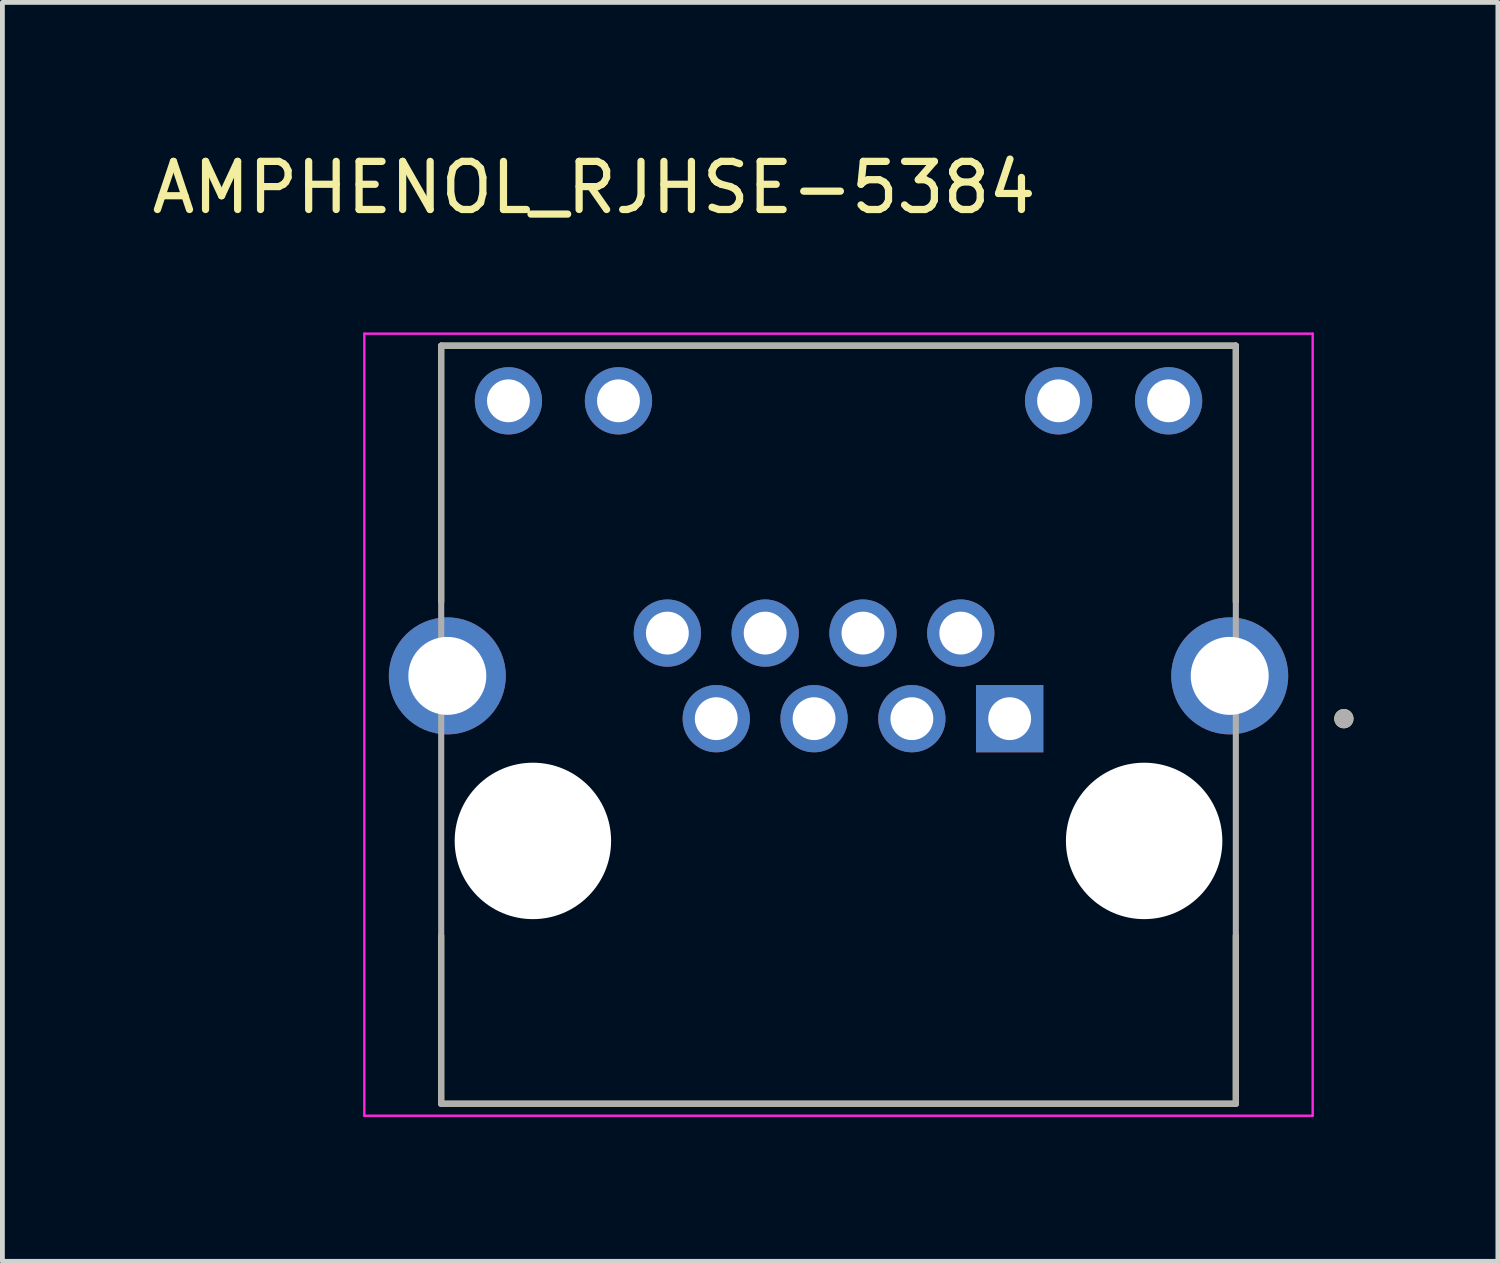
<source format=kicad_pcb>
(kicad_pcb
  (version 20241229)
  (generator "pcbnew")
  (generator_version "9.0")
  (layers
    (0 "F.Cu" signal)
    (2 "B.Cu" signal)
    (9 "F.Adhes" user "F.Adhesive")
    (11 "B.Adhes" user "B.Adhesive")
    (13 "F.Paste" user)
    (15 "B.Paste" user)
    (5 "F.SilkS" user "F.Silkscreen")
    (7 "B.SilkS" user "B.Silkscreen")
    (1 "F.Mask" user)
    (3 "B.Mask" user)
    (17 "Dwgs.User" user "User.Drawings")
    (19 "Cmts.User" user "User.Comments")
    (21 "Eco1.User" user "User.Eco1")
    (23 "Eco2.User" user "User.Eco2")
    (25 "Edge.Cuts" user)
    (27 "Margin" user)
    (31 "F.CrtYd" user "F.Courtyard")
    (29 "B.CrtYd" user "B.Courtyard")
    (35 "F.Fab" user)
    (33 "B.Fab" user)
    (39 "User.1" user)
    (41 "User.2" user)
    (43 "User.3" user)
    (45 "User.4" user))
  (footprint "AMPHENOL_RJHSE-5384"
    (layer "F.Cu")
    (at 14.372 14.422)
    (property "Reference" "AMPHENOL_RJHSE-5384" (at -5.08 -13.574 0) (layer "F.SilkS") (effects (font (size 1 1) (thickness 0.15))))
    (attr through_hole)
    (fp_line (start -8.255 -10.29) (end 8.255 -10.29) (stroke (width 0.127) (type solid)) (layer "F.SilkS"))
    (fp_line (start -8.255 -4.968) (end -8.255 -10.29) (stroke (width 0.127) (type solid)) (layer "F.SilkS"))
    (fp_line (start -8.255 1.97) (end -8.255 5.46) (stroke (width 0.127) (type solid)) (layer "F.SilkS"))
    (fp_line (start -8.255 5.46) (end 8.255 5.46) (stroke (width 0.127) (type solid)) (layer "F.SilkS"))
    (fp_line (start 8.255 -10.29) (end 8.255 -4.968) (stroke (width 0.127) (type solid)) (layer "F.SilkS"))
    (fp_line (start 8.255 5.46) (end 8.255 1.97) (stroke (width 0.127) (type solid)) (layer "F.SilkS"))
    (fp_circle (center 10.5 -2.54) (end 10.6 -2.54) (stroke (width 0.2) (type solid)) (fill no) (layer "F.SilkS"))
    (fp_line (start -9.852 -10.54) (end -9.852 5.71) (stroke (width 0.05) (type solid)) (layer "F.CrtYd"))
    (fp_line (start -9.852 5.71) (end 9.852 5.71) (stroke (width 0.05) (type solid)) (layer "F.CrtYd"))
    (fp_line (start 9.852 -10.54) (end -9.852 -10.54) (stroke (width 0.05) (type solid)) (layer "F.CrtYd"))
    (fp_line (start 9.852 5.71) (end 9.852 -10.54) (stroke (width 0.05) (type solid)) (layer "F.CrtYd"))
    (fp_line (start -8.255 -10.29) (end -8.255 5.46) (stroke (width 0.127) (type solid)) (layer "F.Fab"))
    (fp_line (start -8.255 5.46) (end 8.255 5.46) (stroke (width 0.127) (type solid)) (layer "F.Fab"))
    (fp_line (start 8.255 -10.29) (end -8.255 -10.29) (stroke (width 0.127) (type solid)) (layer "F.Fab"))
    (fp_line (start 8.255 5.46) (end 8.255 -10.29) (stroke (width 0.127) (type solid)) (layer "F.Fab"))
    (fp_circle (center 10.5 -2.54) (end 10.6 -2.54) (stroke (width 0.2) (type solid)) (fill no) (layer "F.Fab"))
    (pad "" np_thru_hole circle (at -6.35 0) (size 3.25 3.25) (drill 3.25) (layers "*.Cu" "*.Mask"))
    (pad "" np_thru_hole circle (at 6.35 0) (size 3.25 3.25) (drill 3.25) (layers "*.Cu" "*.Mask"))
    (pad "1" thru_hole rect (at 3.556 -2.54) (size 1.398 1.398) (drill 0.89) (layers "*.Cu" "*.Mask"))
    (pad "2" thru_hole circle (at 2.54 -4.318) (size 1.398 1.398) (drill 0.89) (layers "*.Cu" "*.Mask"))
    (pad "3" thru_hole circle (at 1.524 -2.54) (size 1.398 1.398) (drill 0.89) (layers "*.Cu" "*.Mask"))
    (pad "4" thru_hole circle (at 0.508 -4.318) (size 1.398 1.398) (drill 0.89) (layers "*.Cu" "*.Mask"))
    (pad "5" thru_hole circle (at -0.508 -2.54) (size 1.398 1.398) (drill 0.89) (layers "*.Cu" "*.Mask"))
    (pad "6" thru_hole circle (at -1.524 -4.318) (size 1.398 1.398) (drill 0.89) (layers "*.Cu" "*.Mask"))
    (pad "7" thru_hole circle (at -2.54 -2.54) (size 1.398 1.398) (drill 0.89) (layers "*.Cu" "*.Mask"))
    (pad "8" thru_hole circle (at -3.556 -4.318) (size 1.398 1.398) (drill 0.89) (layers "*.Cu" "*.Mask"))
    (pad "9" thru_hole circle (at 6.858 -9.144) (size 1.398 1.398) (drill 0.89) (layers "*.Cu" "*.Mask"))
    (pad "10" thru_hole circle (at 4.572 -9.144) (size 1.398 1.398) (drill 0.89) (layers "*.Cu" "*.Mask"))
    (pad "11" thru_hole circle (at -4.572 -9.144) (size 1.398 1.398) (drill 0.89) (layers "*.Cu" "*.Mask"))
    (pad "12" thru_hole circle (at -6.858 -9.144) (size 1.398 1.398) (drill 0.89) (layers "*.Cu" "*.Mask"))
    (pad "S1" thru_hole circle (at -8.128 -3.429) (size 2.43 2.43) (drill 1.62) (layers "*.Cu" "*.Mask"))
    (pad "S2" thru_hole circle (at 8.128 -3.429) (size 2.43 2.43) (drill 1.62) (layers "*.Cu" "*.Mask")))
  (gr_rect
    (start -3 -3)
    (end 28.072 23.157)
    (stroke (width 0.1) (type default))
    (fill no)
    (layer "Edge.Cuts")))
</source>
